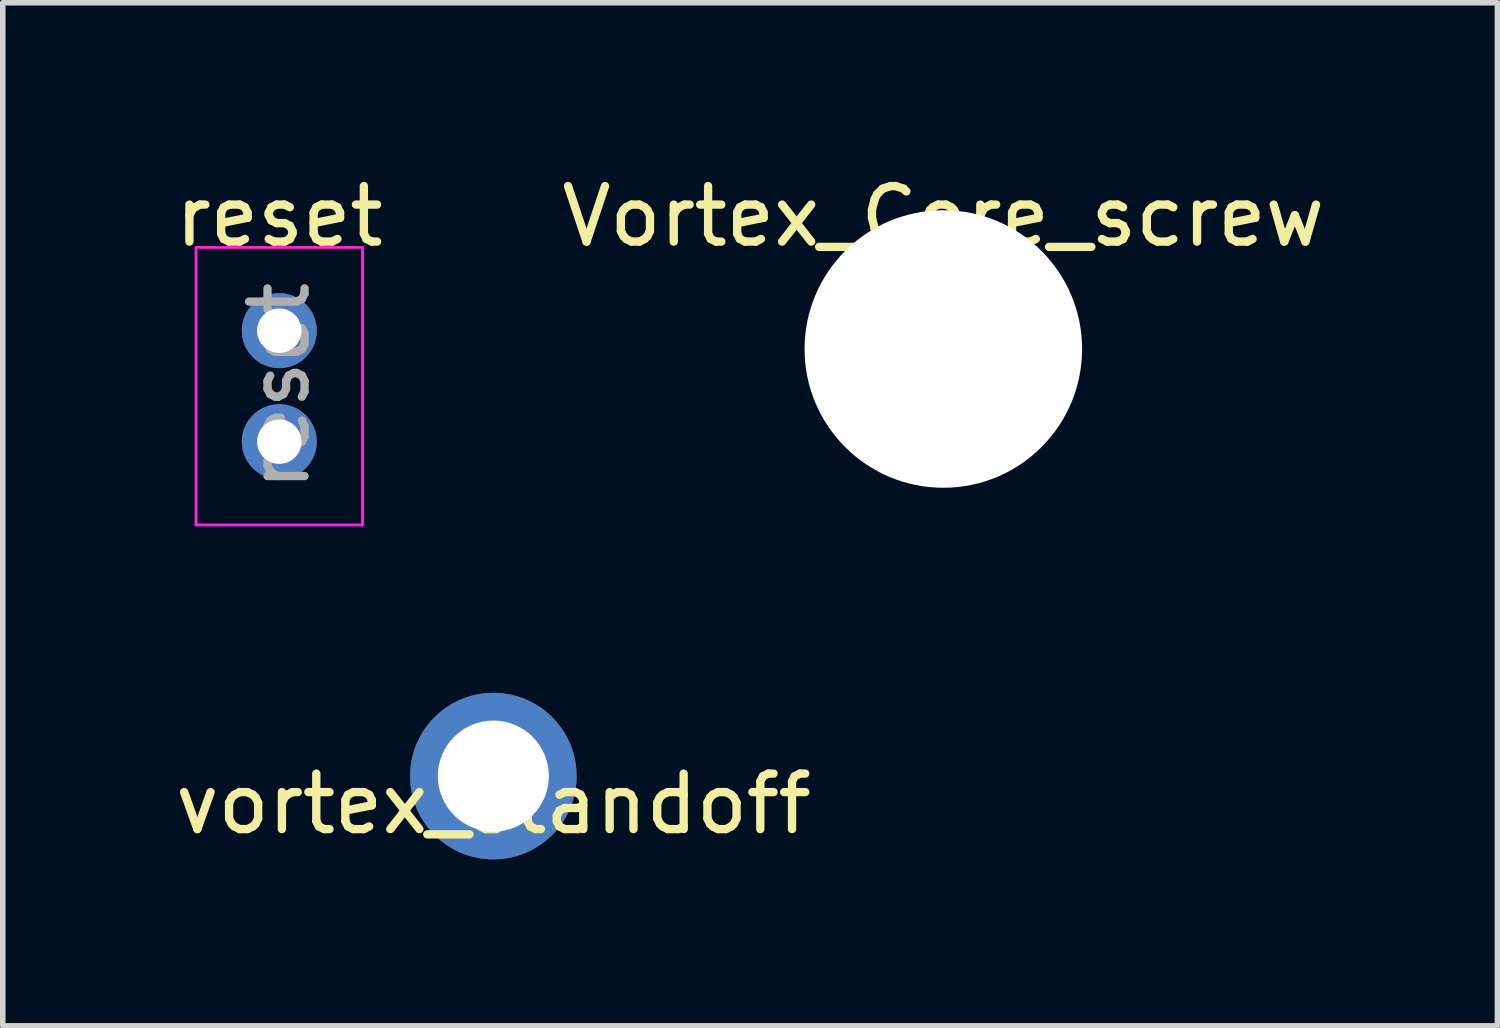
<source format=kicad_pcb>
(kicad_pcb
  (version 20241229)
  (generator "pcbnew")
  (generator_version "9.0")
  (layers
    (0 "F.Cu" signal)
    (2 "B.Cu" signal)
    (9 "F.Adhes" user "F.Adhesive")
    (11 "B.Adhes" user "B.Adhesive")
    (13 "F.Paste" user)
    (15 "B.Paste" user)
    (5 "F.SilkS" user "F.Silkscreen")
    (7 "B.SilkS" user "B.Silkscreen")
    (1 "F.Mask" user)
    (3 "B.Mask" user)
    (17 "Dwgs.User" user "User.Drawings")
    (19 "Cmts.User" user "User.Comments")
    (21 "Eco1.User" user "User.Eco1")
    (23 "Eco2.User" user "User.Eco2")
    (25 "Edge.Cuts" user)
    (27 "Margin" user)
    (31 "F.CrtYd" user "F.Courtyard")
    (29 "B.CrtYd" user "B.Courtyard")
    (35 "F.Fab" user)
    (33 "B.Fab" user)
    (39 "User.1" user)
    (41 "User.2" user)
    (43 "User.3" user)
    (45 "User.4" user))
  (footprint "vortex_standoff"
    (layer "F.Cu")
    (at 5.839 10.933)
    (property "Reference" "vortex_standoff" (at 0 0.5 0) (layer "F.SilkS") (effects (font (size 1 1) (thickness 0.15))))
    (attr through_hole)
    (pad "1" thru_hole circle (at 0 0) (size 3 3) (drill 2) (layers "*.Cu" "*.Mask")))
  (footprint "reset"
    (layer "F.Cu")
    (at 1.982 3.908)
    (property "Reference" "reset" (at 0 -3.06 0) (layer "F.SilkS") (effects (font (size 1 1) (thickness 0.15))))
    (attr through_hole)
    (fp_line (start -1.5 -2.5) (end -1.5 2.5) (stroke (width 0.05) (type solid)) (layer "F.CrtYd"))
    (fp_line (start -1.5 2.5) (end 1.5 2.5) (stroke (width 0.05) (type solid)) (layer "F.CrtYd"))
    (fp_line (start 1.5 -2.5) (end -1.5 -2.5) (stroke (width 0.05) (type solid)) (layer "F.CrtYd"))
    (fp_line (start 1.5 2.5) (end 1.5 -2.5) (stroke (width 0.05) (type solid)) (layer "F.CrtYd"))
    (fp_text user "${REFERENCE}" (at 0 0 270) (layer "F.Fab") (effects (font (size 1 1) (thickness 0.15))))
    (pad "1" thru_hole circle (at 0 -1) (size 1.35 1.35) (drill 0.8) (layers "*.Cu" "*.Mask"))
    (pad "2" thru_hole oval (at 0 1) (size 1.35 1.35) (drill 0.8) (layers "*.Cu" "*.Mask")))
  (footprint "Vortex_Core_screw"
    (layer "F.Cu")
    (at 13.946 3.238)
    (property "Reference" "Vortex_Core_screw" (at 0 -2.39 0) (layer "F.SilkS") (effects (font (size 1 1) (thickness 0.15))))
    (attr through_hole)
    (pad "" np_thru_hole circle (at 0 0) (size 5 5) (drill 5) (layers "*.Cu" "*.Mask")))
  (gr_rect
    (start -3 -3)
    (end 23.929 15.433)
    (stroke (width 0.1) (type default))
    (fill no)
    (layer "Edge.Cuts")))
</source>
